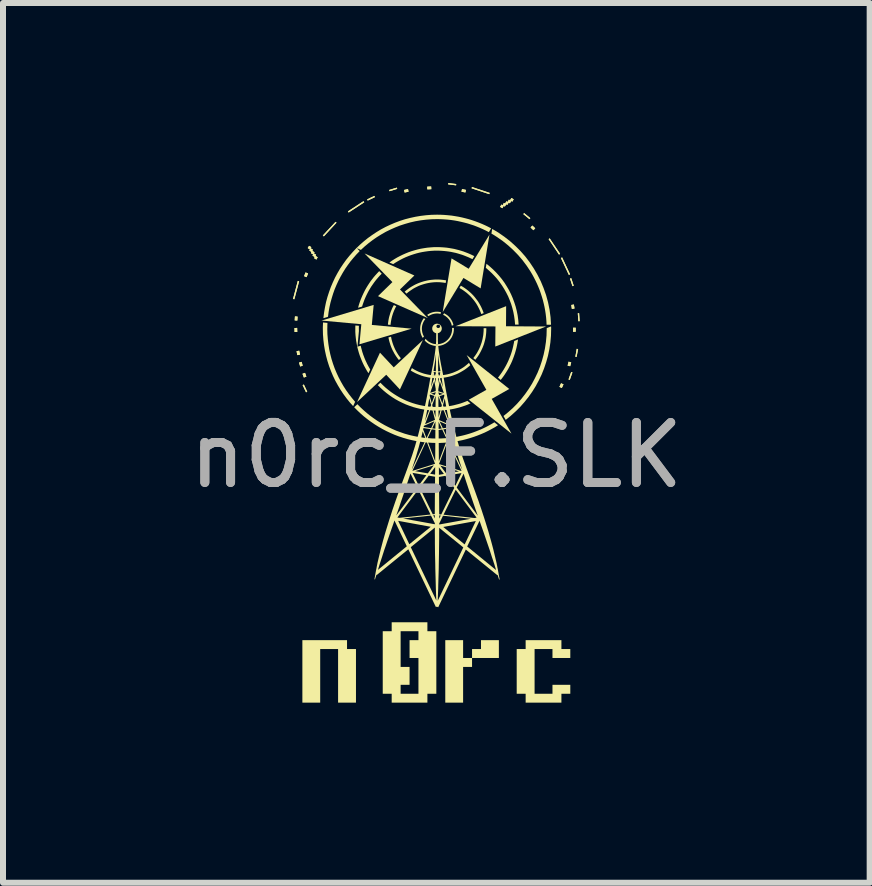
<source format=kicad_pcb>
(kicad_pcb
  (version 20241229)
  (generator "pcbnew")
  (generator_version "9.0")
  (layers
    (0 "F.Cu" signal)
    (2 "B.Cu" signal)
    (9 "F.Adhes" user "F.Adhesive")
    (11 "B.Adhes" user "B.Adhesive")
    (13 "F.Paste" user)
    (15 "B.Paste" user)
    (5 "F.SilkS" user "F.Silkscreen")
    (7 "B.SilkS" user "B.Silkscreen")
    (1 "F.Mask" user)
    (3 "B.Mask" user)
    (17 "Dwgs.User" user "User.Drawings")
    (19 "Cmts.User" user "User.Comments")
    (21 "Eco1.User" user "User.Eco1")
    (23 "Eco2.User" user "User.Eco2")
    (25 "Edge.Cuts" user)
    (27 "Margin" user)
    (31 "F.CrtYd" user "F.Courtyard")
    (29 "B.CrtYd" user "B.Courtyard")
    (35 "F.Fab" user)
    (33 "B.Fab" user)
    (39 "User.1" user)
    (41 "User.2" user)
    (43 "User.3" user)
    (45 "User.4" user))
  (footprint "n0rc_F.SLK"
    (layer "F.Cu")
    (at 4.22 3.534)
    (property "Reference" "n0rc_F.SLK" (at 0 1 0) (unlocked yes) (layer "F.Fab") (effects (font (size 1 1) (thickness 0.15))))
    (fp_poly (pts (xy -2.317 -1.053) (xy -2.362 -1.052) (xy -2.363 -1.119) (xy -2.319 -1.12)) (stroke (width 0) (type solid)) (fill yes) (layer "F.SilkS"))
    (fp_poly (pts (xy -2.317 -1.053) (xy -2.362 -1.052) (xy -2.363 -1.119) (xy -2.319 -1.12)) (stroke (width 0) (type solid)) (fill yes) (layer "F.SilkS"))
    (fp_poly (pts (xy -2.312 -1.309) (xy -2.316 -1.243) (xy -2.36 -1.246) (xy -2.356 -1.312)) (stroke (width 0) (type solid)) (fill yes) (layer "F.SilkS"))
    (fp_poly (pts (xy -2.312 -1.309) (xy -2.316 -1.243) (xy -2.36 -1.246) (xy -2.356 -1.312)) (stroke (width 0) (type solid)) (fill yes) (layer "F.SilkS"))
    (fp_poly (pts (xy -2.286 -1.898) (xy -2.366 -1.598) (xy -2.388 -1.603) (xy -2.308 -1.904)) (stroke (width 0) (type solid)) (fill yes) (layer "F.SilkS"))
    (fp_poly (pts (xy -2.286 -1.898) (xy -2.366 -1.598) (xy -2.388 -1.603) (xy -2.308 -1.904)) (stroke (width 0) (type solid)) (fill yes) (layer "F.SilkS"))
    (fp_poly (pts (xy -2.272 -0.675) (xy -2.316 -0.667) (xy -2.329 -0.732) (xy -2.285 -0.741)) (stroke (width 0) (type solid)) (fill yes) (layer "F.SilkS"))
    (fp_poly (pts (xy -2.272 -0.675) (xy -2.316 -0.667) (xy -2.329 -0.732) (xy -2.285 -0.741)) (stroke (width 0) (type solid)) (fill yes) (layer "F.SilkS"))
    (fp_poly (pts (xy -2.227 -0.49) (xy -2.269 -0.478) (xy -2.287 -0.543) (xy -2.244 -0.555)) (stroke (width 0) (type solid)) (fill yes) (layer "F.SilkS"))
    (fp_poly (pts (xy -2.227 -0.49) (xy -2.269 -0.478) (xy -2.287 -0.543) (xy -2.244 -0.555)) (stroke (width 0) (type solid)) (fill yes) (layer "F.SilkS"))
    (fp_poly (pts (xy -2.165 -0.309) (xy -2.207 -0.294) (xy -2.23 -0.356) (xy -2.188 -0.372)) (stroke (width 0) (type solid)) (fill yes) (layer "F.SilkS"))
    (fp_poly (pts (xy -2.165 -0.309) (xy -2.207 -0.294) (xy -2.23 -0.356) (xy -2.188 -0.372)) (stroke (width 0) (type solid)) (fill yes) (layer "F.SilkS"))
    (fp_poly (pts (xy -2.151 -0.057) (xy -2.171 -0.048) (xy -2.228 -0.168) (xy -2.207 -0.177)) (stroke (width 0) (type solid)) (fill yes) (layer "F.SilkS"))
    (fp_poly (pts (xy -2.151 -0.057) (xy -2.171 -0.048) (xy -2.228 -0.168) (xy -2.207 -0.177)) (stroke (width 0) (type solid)) (fill yes) (layer "F.SilkS"))
    (fp_poly (pts (xy -2.137 -2.028) (xy -2.162 -1.966) (xy -2.203 -1.983) (xy -2.179 -2.045)) (stroke (width 0) (type solid)) (fill yes) (layer "F.SilkS"))
    (fp_poly (pts (xy -2.137 -2.028) (xy -2.162 -1.966) (xy -2.203 -1.983) (xy -2.179 -2.045)) (stroke (width 0) (type solid)) (fill yes) (layer "F.SilkS"))
    (fp_poly (pts (xy -1.663 -2.874) (xy -1.874 -2.646) (xy -1.891 -2.661) (xy -1.679 -2.888)) (stroke (width 0) (type solid)) (fill yes) (layer "F.SilkS"))
    (fp_poly (pts (xy -1.663 -2.874) (xy -1.874 -2.646) (xy -1.891 -2.661) (xy -1.679 -2.888)) (stroke (width 0) (type solid)) (fill yes) (layer "F.SilkS"))
    (fp_poly (pts (xy -1.201 -3.214) (xy -1.461 -3.043) (xy -1.473 -3.062) (xy -1.214 -3.232)) (stroke (width 0) (type solid)) (fill yes) (layer "F.SilkS"))
    (fp_poly (pts (xy -1.201 -3.214) (xy -1.461 -3.043) (xy -1.473 -3.062) (xy -1.214 -3.232)) (stroke (width 0) (type solid)) (fill yes) (layer "F.SilkS"))
    (fp_poly (pts (xy -1.023 -3.3) (xy -1.143 -3.242) (xy -1.153 -3.262) (xy -1.033 -3.32)) (stroke (width 0) (type solid)) (fill yes) (layer "F.SilkS"))
    (fp_poly (pts (xy -1.023 -3.3) (xy -1.143 -3.242) (xy -1.153 -3.262) (xy -1.033 -3.32)) (stroke (width 0) (type solid)) (fill yes) (layer "F.SilkS"))
    (fp_poly (pts (xy -0.652 -3.437) (xy -0.78 -3.398) (xy -0.786 -3.419) (xy -0.659 -3.458)) (stroke (width 0) (type solid)) (fill yes) (layer "F.SilkS"))
    (fp_poly (pts (xy -0.652 -3.437) (xy -0.78 -3.398) (xy -0.786 -3.419) (xy -0.659 -3.458)) (stroke (width 0) (type solid)) (fill yes) (layer "F.SilkS"))
    (fp_poly (pts (xy -0.463 -3.39) (xy -0.528 -3.376) (xy -0.537 -3.419) (xy -0.472 -3.434)) (stroke (width 0) (type solid)) (fill yes) (layer "F.SilkS"))
    (fp_poly (pts (xy -0.463 -3.39) (xy -0.528 -3.376) (xy -0.537 -3.419) (xy -0.472 -3.434)) (stroke (width 0) (type solid)) (fill yes) (layer "F.SilkS"))
    (fp_poly (pts (xy -0.084 -3.432) (xy -0.15 -3.429) (xy -0.152 -3.474) (xy -0.086 -3.477)) (stroke (width 0) (type solid)) (fill yes) (layer "F.SilkS"))
    (fp_poly (pts (xy -0.084 -3.432) (xy -0.15 -3.429) (xy -0.152 -3.474) (xy -0.086 -3.477)) (stroke (width 0) (type solid)) (fill yes) (layer "F.SilkS"))
    (fp_poly (pts (xy 0.331 -3.518) (xy 0.329 -3.496) (xy 0.197 -3.512) (xy 0.199 -3.534)) (stroke (width 0) (type solid)) (fill yes) (layer "F.SilkS"))
    (fp_poly (pts (xy 0.331 -3.518) (xy 0.329 -3.496) (xy 0.197 -3.512) (xy 0.199 -3.534)) (stroke (width 0) (type solid)) (fill yes) (layer "F.SilkS"))
    (fp_poly (pts (xy 0.493 -3.42) (xy 0.484 -3.377) (xy 0.419 -3.39) (xy 0.428 -3.434)) (stroke (width 0) (type solid)) (fill yes) (layer "F.SilkS"))
    (fp_poly (pts (xy 0.493 -3.42) (xy 0.484 -3.377) (xy 0.419 -3.39) (xy 0.428 -3.434)) (stroke (width 0) (type solid)) (fill yes) (layer "F.SilkS"))
    (fp_poly (pts (xy 0.889 -3.37) (xy 0.882 -3.349) (xy 0.587 -3.447) (xy 0.594 -3.468)) (stroke (width 0) (type solid)) (fill yes) (layer "F.SilkS"))
    (fp_poly (pts (xy 0.889 -3.37) (xy 0.882 -3.349) (xy 0.587 -3.447) (xy 0.594 -3.468)) (stroke (width 0) (type solid)) (fill yes) (layer "F.SilkS"))
    (fp_poly (pts (xy 1.566 -2.949) (xy 1.552 -2.932) (xy 1.449 -3.017) (xy 1.463 -3.034)) (stroke (width 0) (type solid)) (fill yes) (layer "F.SilkS"))
    (fp_poly (pts (xy 1.566 -2.949) (xy 1.552 -2.932) (xy 1.449 -3.017) (xy 1.463 -3.034)) (stroke (width 0) (type solid)) (fill yes) (layer "F.SilkS"))
    (fp_poly (pts (xy 1.648 -2.78) (xy 1.617 -2.748) (xy 1.57 -2.794) (xy 1.6 -2.826)) (stroke (width 0) (type solid)) (fill yes) (layer "F.SilkS"))
    (fp_poly (pts (xy 1.648 -2.78) (xy 1.617 -2.748) (xy 1.57 -2.794) (xy 1.6 -2.826)) (stroke (width 0) (type solid)) (fill yes) (layer "F.SilkS"))
    (fp_poly (pts (xy 2.062 -2.355) (xy 2.044 -2.342) (xy 1.871 -2.6) (xy 1.889 -2.612)) (stroke (width 0) (type solid)) (fill yes) (layer "F.SilkS"))
    (fp_poly (pts (xy 2.062 -2.355) (xy 2.044 -2.342) (xy 1.871 -2.6) (xy 1.889 -2.612)) (stroke (width 0) (type solid)) (fill yes) (layer "F.SilkS"))
    (fp_poly (pts (xy 2.119 -0.18) (xy 2.091 -0.12) (xy 2.051 -0.138) (xy 2.078 -0.198)) (stroke (width 0) (type solid)) (fill yes) (layer "F.SilkS"))
    (fp_poly (pts (xy 2.119 -0.18) (xy 2.091 -0.12) (xy 2.051 -0.138) (xy 2.078 -0.198)) (stroke (width 0) (type solid)) (fill yes) (layer "F.SilkS"))
    (fp_poly (pts (xy 2.228 -2.013) (xy 2.208 -2.004) (xy 2.076 -2.285) (xy 2.096 -2.295)) (stroke (width 0) (type solid)) (fill yes) (layer "F.SilkS"))
    (fp_poly (pts (xy 2.228 -2.013) (xy 2.208 -2.004) (xy 2.076 -2.285) (xy 2.096 -2.295)) (stroke (width 0) (type solid)) (fill yes) (layer "F.SilkS"))
    (fp_poly (pts (xy 2.247 -0.546) (xy 2.23 -0.482) (xy 2.187 -0.493) (xy 2.204 -0.558)) (stroke (width 0) (type solid)) (fill yes) (layer "F.SilkS"))
    (fp_poly (pts (xy 2.247 -0.546) (xy 2.23 -0.482) (xy 2.187 -0.493) (xy 2.204 -0.558)) (stroke (width 0) (type solid)) (fill yes) (layer "F.SilkS"))
    (fp_poly (pts (xy 2.268 -0.379) (xy 2.223 -0.254) (xy 2.202 -0.262) (xy 2.247 -0.387)) (stroke (width 0) (type solid)) (fill yes) (layer "F.SilkS"))
    (fp_poly (pts (xy 2.268 -0.379) (xy 2.223 -0.254) (xy 2.202 -0.262) (xy 2.247 -0.387)) (stroke (width 0) (type solid)) (fill yes) (layer "F.SilkS"))
    (fp_poly (pts (xy 2.289 -1.823) (xy 2.268 -1.816) (xy 2.227 -1.942) (xy 2.248 -1.949)) (stroke (width 0) (type solid)) (fill yes) (layer "F.SilkS"))
    (fp_poly (pts (xy 2.289 -1.823) (xy 2.268 -1.816) (xy 2.227 -1.942) (xy 2.248 -1.949)) (stroke (width 0) (type solid)) (fill yes) (layer "F.SilkS"))
    (fp_poly (pts (xy 2.302 -1.444) (xy 2.258 -1.437) (xy 2.249 -1.503) (xy 2.292 -1.51)) (stroke (width 0) (type solid)) (fill yes) (layer "F.SilkS"))
    (fp_poly (pts (xy 2.302 -1.444) (xy 2.258 -1.437) (xy 2.249 -1.503) (xy 2.292 -1.51)) (stroke (width 0) (type solid)) (fill yes) (layer "F.SilkS"))
    (fp_poly (pts (xy 2.322 -1.123) (xy 2.322 -1.057) (xy 2.277 -1.057) (xy 2.278 -1.124)) (stroke (width 0) (type solid)) (fill yes) (layer "F.SilkS"))
    (fp_poly (pts (xy 2.322 -1.123) (xy 2.322 -1.057) (xy 2.277 -1.057) (xy 2.278 -1.124)) (stroke (width 0) (type solid)) (fill yes) (layer "F.SilkS"))
    (fp_poly (pts (xy 2.362 -0.768) (xy 2.337 -0.637) (xy 2.316 -0.64) (xy 2.339 -0.772)) (stroke (width 0) (type solid)) (fill yes) (layer "F.SilkS"))
    (fp_poly (pts (xy 2.362 -0.768) (xy 2.337 -0.637) (xy 2.316 -0.64) (xy 2.339 -0.772)) (stroke (width 0) (type solid)) (fill yes) (layer "F.SilkS"))
    (fp_poly (pts (xy 2.388 -1.233) (xy 2.366 -1.232) (xy 2.357 -1.364) (xy 2.379 -1.366)) (stroke (width 0) (type solid)) (fill yes) (layer "F.SilkS"))
    (fp_poly (pts (xy 2.388 -1.233) (xy 2.366 -1.232) (xy 2.357 -1.364) (xy 2.379 -1.366)) (stroke (width 0) (type solid)) (fill yes) (layer "F.SilkS"))
    (fp_poly (pts (xy -1.075 -1.17) (xy -0.411 -1.108) (xy -1.281 -0.848) (xy -1.25 -1.182) (xy -1.913 -1.243) (xy -1.044 -1.504)) (stroke (width 0) (type solid)) (fill yes) (layer "F.SilkS"))
    (fp_poly (pts (xy -0.607 -0.095) (xy -0.835 -0.34) (xy -1.321 0.115) (xy -0.939 -0.708) (xy -0.71 -0.463) (xy -0.224 -0.918)) (stroke (width 0) (type solid)) (fill yes) (layer "F.SilkS"))
    (fp_poly (pts (xy -0.366 -1.994) (xy -0.606 -1.761) (xy -0.142 -1.284) (xy -0.972 -1.65) (xy -0.732 -1.884) (xy -1.196 -2.361)) (stroke (width 0) (type solid)) (fill yes) (layer "F.SilkS"))
    (fp_poly (pts (xy 0.738 -1.779) (xy 0.452 -1.953) (xy 0.106 -1.384) (xy 0.253 -2.279) (xy 0.539 -2.106) (xy 0.885 -2.675)) (stroke (width 0) (type solid)) (fill yes) (layer "F.SilkS"))
    (fp_poly (pts (xy 1.042 4.379) (xy 0.595 4.379) (xy 0.595 4.23) (xy 0.744 4.23) (xy 0.744 4.082) (xy 1.042 4.082)) (stroke (width 0) (type solid)) (fill yes) (layer "F.SilkS"))
    (fp_poly (pts (xy 1.161 -1.148) (xy 1.827 -1.144) (xy 0.982 -0.81) (xy 0.985 -1.145) (xy 0.319 -1.149) (xy 1.163 -1.483)) (stroke (width 0) (type solid)) (fill yes) (layer "F.SilkS"))
    (fp_poly (pts (xy 1.215 -0.103) (xy 0.923 0.062) (xy 1.252 0.641) (xy 0.541 0.076) (xy 0.833 -0.089) (xy 0.505 -0.668)) (stroke (width 0) (type solid)) (fill yes) (layer "F.SilkS"))
    (fp_poly (pts (xy 0.446 4.379) (xy 0.595 4.379) (xy 0.595 4.528) (xy 0.446 4.528) (xy 0.446 5.123) (xy 0.149 5.123) (xy 0.149 4.082) (xy 0.446 4.082)) (stroke (width 0) (type solid)) (fill yes) (layer "F.SilkS"))
    (fp_poly (pts (xy -1.488 4.23) (xy -1.339 4.23) (xy -1.339 5.123) (xy -1.637 5.123) (xy -1.637 4.23) (xy -1.935 4.23) (xy -1.935 5.123) (xy -2.232 5.123) (xy -2.232 4.082) (xy -1.488 4.082)) (stroke (width 0) (type solid)) (fill yes) (layer "F.SilkS"))
    (fp_poly (pts (xy -2.082 -2.465) (xy -2.094 -2.447) (xy -2.056 -2.424) (xy -2.067 -2.404) (xy -2.029 -2.381) (xy -2.04 -2.362) (xy -2.003 -2.339) (xy -2.014 -2.321) (xy -1.977 -2.297) (xy -1.999 -2.259) (xy -2.037 -2.283) (xy -2.026 -2.301) (xy -2.064 -2.325) (xy -2.052 -2.344) (xy -2.09 -2.367) (xy -2.079 -2.386) (xy -2.117 -2.409) (xy -2.105 -2.427) (xy -2.143 -2.451) (xy -2.12 -2.488)) (stroke (width 0) (type solid)) (fill yes) (layer "F.SilkS"))
    (fp_poly (pts (xy -2.082 -2.465) (xy -2.094 -2.447) (xy -2.056 -2.424) (xy -2.067 -2.404) (xy -2.029 -2.381) (xy -2.04 -2.362) (xy -2.003 -2.339) (xy -2.014 -2.321) (xy -1.977 -2.297) (xy -1.999 -2.259) (xy -2.037 -2.283) (xy -2.026 -2.301) (xy -2.064 -2.325) (xy -2.052 -2.344) (xy -2.09 -2.367) (xy -2.079 -2.386) (xy -2.117 -2.409) (xy -2.105 -2.427) (xy -2.143 -2.451) (xy -2.12 -2.488)) (stroke (width 0) (type solid)) (fill yes) (layer "F.SilkS"))
    (fp_poly (pts (xy 1.289 -3.263) (xy 1.266 -3.224) (xy 1.247 -3.235) (xy 1.225 -3.197) (xy 1.205 -3.208) (xy 1.183 -3.17) (xy 1.164 -3.181) (xy 1.142 -3.142) (xy 1.122 -3.154) (xy 1.101 -3.115) (xy 1.062 -3.137) (xy 1.084 -3.176) (xy 1.104 -3.164) (xy 1.126 -3.203) (xy 1.145 -3.192) (xy 1.168 -3.231) (xy 1.187 -3.219) (xy 1.209 -3.258) (xy 1.228 -3.247) (xy 1.25 -3.285)) (stroke (width 0) (type solid)) (fill yes) (layer "F.SilkS"))
    (fp_poly (pts (xy 1.289 -3.263) (xy 1.266 -3.224) (xy 1.247 -3.235) (xy 1.225 -3.197) (xy 1.205 -3.208) (xy 1.183 -3.17) (xy 1.164 -3.181) (xy 1.142 -3.142) (xy 1.122 -3.154) (xy 1.101 -3.115) (xy 1.062 -3.137) (xy 1.084 -3.176) (xy 1.104 -3.164) (xy 1.126 -3.203) (xy 1.145 -3.192) (xy 1.168 -3.231) (xy 1.187 -3.219) (xy 1.209 -3.258) (xy 1.228 -3.247) (xy 1.25 -3.285)) (stroke (width 0) (type solid)) (fill yes) (layer "F.SilkS"))
    (fp_poly (pts (xy 2.084 4.23) (xy 2.232 4.23) (xy 2.232 4.379) (xy 1.935 4.379) (xy 1.935 4.23) (xy 1.637 4.23) (xy 1.637 4.975) (xy 1.935 4.975) (xy 1.935 4.826) (xy 2.232 4.826) (xy 2.232 4.975) (xy 2.084 4.975) (xy 2.084 5.123) (xy 1.488 5.123) (xy 1.488 4.975) (xy 1.339 4.975) (xy 1.339 4.23) (xy 1.488 4.23) (xy 1.488 4.082) (xy 2.084 4.082)) (stroke (width 0) (type solid)) (fill yes) (layer "F.SilkS"))
    (fp_poly (pts (xy -0.149 3.933) (xy 0 3.933) (xy 0 4.975) (xy -0.149 4.975) (xy -0.149 5.123) (xy -0.744 5.123) (xy -0.744 4.975) (xy -0.893 4.975) (xy -0.893 3.933) (xy -0.744 3.933) (xy -0.595 3.933) (xy -0.595 4.528) (xy -0.446 4.528) (xy -0.446 4.826) (xy -0.595 4.826) (xy -0.595 4.975) (xy -0.298 4.975) (xy -0.298 4.379) (xy -0.446 4.379) (xy -0.446 4.082) (xy -0.298 4.082) (xy -0.298 3.933) (xy -0.595 3.933) (xy -0.744 3.933) (xy -0.744 3.784) (xy -0.149 3.784)) (stroke (width 0) (type solid)) (fill yes) (layer "F.SilkS"))
    (fp_poly (pts (xy -0.91 -2.024) (xy -0.938 -1.996) (xy -0.965 -1.966) (xy -0.991 -1.936) (xy -1.016 -1.905) (xy -1.04 -1.873) (xy -1.063 -1.84) (xy -1.086 -1.807) (xy -1.107 -1.772) (xy -1.127 -1.738) (xy -1.146 -1.702) (xy -1.164 -1.666) (xy -1.181 -1.629) (xy -1.197 -1.592) (xy -1.211 -1.554) (xy -1.225 -1.515) (xy -1.237 -1.476) (xy -1.304 -1.456) (xy -1.292 -1.5) (xy -1.278 -1.543) (xy -1.263 -1.585) (xy -1.246 -1.627) (xy -1.228 -1.668) (xy -1.209 -1.708) (xy -1.189 -1.748) (xy -1.167 -1.787) (xy -1.144 -1.825) (xy -1.12 -1.862) (xy -1.095 -1.899) (xy -1.068 -1.934) (xy -1.041 -1.969) (xy -1.012 -2.002) (xy -0.982 -2.035) (xy -0.952 -2.067)) (stroke (width 0) (type solid)) (fill yes) (layer "F.SilkS"))
    (fp_poly (pts (xy -0.75 -0.95) (xy -0.745 -0.925) (xy -0.738 -0.901) (xy -0.731 -0.876) (xy -0.723 -0.852) (xy -0.715 -0.829) (xy -0.705 -0.805) (xy -0.695 -0.782) (xy -0.685 -0.76) (xy -0.673 -0.738) (xy -0.661 -0.716) (xy -0.648 -0.695) (xy -0.635 -0.674) (xy -0.621 -0.654) (xy -0.606 -0.634) (xy -0.591 -0.615) (xy -0.623 -0.585) (xy -0.64 -0.605) (xy -0.655 -0.626) (xy -0.67 -0.647) (xy -0.684 -0.669) (xy -0.698 -0.691) (xy -0.71 -0.714) (xy -0.723 -0.737) (xy -0.734 -0.76) (xy -0.745 -0.784) (xy -0.755 -0.809) (xy -0.764 -0.833) (xy -0.772 -0.859) (xy -0.78 -0.884) (xy -0.787 -0.91) (xy -0.793 -0.936) (xy -0.798 -0.962) (xy -0.755 -0.975)) (stroke (width 0) (type solid)) (fill yes) (layer "F.SilkS"))
    (fp_poly (pts (xy -0.667 -1.483) (xy -0.677 -1.466) (xy -0.686 -1.448) (xy -0.695 -1.429) (xy -0.703 -1.411) (xy -0.711 -1.392) (xy -0.718 -1.373) (xy -0.725 -1.354) (xy -0.731 -1.334) (xy -0.737 -1.315) (xy -0.742 -1.295) (xy -0.747 -1.275) (xy -0.751 -1.254) (xy -0.755 -1.234) (xy -0.758 -1.213) (xy -0.761 -1.192) (xy -0.763 -1.171) (xy -0.807 -1.175) (xy -0.805 -1.197) (xy -0.802 -1.219) (xy -0.799 -1.24) (xy -0.795 -1.262) (xy -0.791 -1.283) (xy -0.786 -1.304) (xy -0.78 -1.325) (xy -0.774 -1.345) (xy -0.768 -1.366) (xy -0.761 -1.386) (xy -0.753 -1.406) (xy -0.745 -1.425) (xy -0.737 -1.445) (xy -0.728 -1.464) (xy -0.718 -1.483) (xy -0.708 -1.501)) (stroke (width 0) (type solid)) (fill yes) (layer "F.SilkS"))
    (fp_poly (pts (xy 0.143 -1.357) (xy 0.157 -1.349) (xy 0.171 -1.34) (xy 0.184 -1.331) (xy 0.196 -1.32) (xy 0.208 -1.309) (xy 0.219 -1.297) (xy 0.229 -1.285) (xy 0.239 -1.272) (xy 0.248 -1.259) (xy 0.256 -1.245) (xy 0.264 -1.23) (xy 0.271 -1.215) (xy 0.276 -1.2) (xy 0.281 -1.184) (xy 0.285 -1.168) (xy 0.258 -1.157) (xy 0.254 -1.172) (xy 0.25 -1.187) (xy 0.245 -1.201) (xy 0.238 -1.215) (xy 0.232 -1.228) (xy 0.224 -1.242) (xy 0.216 -1.254) (xy 0.207 -1.266) (xy 0.197 -1.277) (xy 0.187 -1.288) (xy 0.176 -1.298) (xy 0.164 -1.308) (xy 0.152 -1.317) (xy 0.14 -1.325) (xy 0.127 -1.332) (xy 0.113 -1.339) (xy 0.129 -1.365)) (stroke (width 0) (type solid)) (fill yes) (layer "F.SilkS"))
    (fp_poly (pts (xy 0.441 -1.805) (xy 0.473 -1.784) (xy 0.504 -1.762) (xy 0.533 -1.739) (xy 0.562 -1.714) (xy 0.59 -1.688) (xy 0.616 -1.661) (xy 0.641 -1.632) (xy 0.664 -1.602) (xy 0.687 -1.572) (xy 0.708 -1.54) (xy 0.727 -1.507) (xy 0.745 -1.474) (xy 0.761 -1.439) (xy 0.776 -1.404) (xy 0.789 -1.367) (xy 0.749 -1.351) (xy 0.736 -1.386) (xy 0.722 -1.419) (xy 0.706 -1.452) (xy 0.689 -1.485) (xy 0.671 -1.516) (xy 0.651 -1.546) (xy 0.63 -1.575) (xy 0.607 -1.603) (xy 0.583 -1.631) (xy 0.558 -1.657) (xy 0.532 -1.681) (xy 0.505 -1.705) (xy 0.476 -1.727) (xy 0.447 -1.748) (xy 0.416 -1.768) (xy 0.385 -1.786) (xy 0.408 -1.824)) (stroke (width 0) (type solid)) (fill yes) (layer "F.SilkS"))
    (fp_poly (pts (xy 0.892 -2.143) (xy 0.946 -2.094) (xy 0.997 -2.043) (xy 1.046 -1.989) (xy 1.092 -1.933) (xy 1.135 -1.874) (xy 1.174 -1.812) (xy 1.211 -1.749) (xy 1.244 -1.683) (xy 1.273 -1.616) (xy 1.299 -1.546) (xy 1.322 -1.475) (xy 1.34 -1.403) (xy 1.355 -1.328) (xy 1.365 -1.253) (xy 1.371 -1.176) (xy 1.312 -1.176) (xy 1.306 -1.247) (xy 1.296 -1.317) (xy 1.283 -1.386) (xy 1.266 -1.454) (xy 1.246 -1.52) (xy 1.222 -1.584) (xy 1.196 -1.647) (xy 1.165 -1.708) (xy 1.132 -1.767) (xy 1.096 -1.824) (xy 1.057 -1.88) (xy 1.016 -1.933) (xy 0.971 -1.984) (xy 0.925 -2.032) (xy 0.875 -2.078) (xy 0.824 -2.122) (xy 0.835 -2.189)) (stroke (width 0) (type solid)) (fill yes) (layer "F.SilkS"))
    (fp_poly (pts (xy 1.354 -0.881) (xy 1.345 -0.834) (xy 1.335 -0.788) (xy 1.323 -0.743) (xy 1.31 -0.698) (xy 1.295 -0.654) (xy 1.279 -0.61) (xy 1.262 -0.567) (xy 1.243 -0.525) (xy 1.222 -0.484) (xy 1.201 -0.443) (xy 1.178 -0.404) (xy 1.153 -0.365) (xy 1.128 -0.327) (xy 1.101 -0.29) (xy 1.073 -0.254) (xy 1.027 -0.291) (xy 1.052 -0.324) (xy 1.077 -0.358) (xy 1.1 -0.392) (xy 1.123 -0.428) (xy 1.144 -0.464) (xy 1.164 -0.5) (xy 1.183 -0.538) (xy 1.201 -0.576) (xy 1.217 -0.615) (xy 1.233 -0.654) (xy 1.247 -0.694) (xy 1.26 -0.735) (xy 1.271 -0.776) (xy 1.281 -0.818) (xy 1.29 -0.86) (xy 1.298 -0.903) (xy 1.361 -0.928)) (stroke (width 0) (type solid)) (fill yes) (layer "F.SilkS"))
    (fp_poly (pts (xy 1.912 -1.136) (xy 1.913 -1.126) (xy 1.913 -1.115) (xy 1.913 -1.11) (xy 1.913 -1.105) (xy 1.91 -0.99) (xy 1.9 -0.877) (xy 1.883 -0.765) (xy 1.86 -0.656) (xy 1.83 -0.549) (xy 1.795 -0.445) (xy 1.754 -0.343) (xy 1.707 -0.245) (xy 1.655 -0.149) (xy 1.598 -0.058) (xy 1.535 0.031) (xy 1.468 0.115) (xy 1.397 0.196) (xy 1.32 0.272) (xy 1.24 0.344) (xy 1.156 0.412) (xy 1.119 0.347) (xy 1.199 0.282) (xy 1.276 0.213) (xy 1.348 0.14) (xy 1.416 0.063) (xy 1.48 -0.019) (xy 1.539 -0.103) (xy 1.594 -0.191) (xy 1.643 -0.283) (xy 1.688 -0.377) (xy 1.727 -0.474) (xy 1.76 -0.574) (xy 1.788 -0.676) (xy 1.81 -0.78) (xy 1.826 -0.887) (xy 1.836 -0.995) (xy 1.839 -1.105) (xy 1.839 -1.117) (xy 1.912 -1.146)) (stroke (width 0) (type solid)) (fill yes) (layer "F.SilkS"))
    (fp_poly (pts (xy -1.814 -1.204) (xy -1.815 -1.179) (xy -1.816 -1.155) (xy -1.816 -1.13) (xy -1.817 -1.105) (xy -1.815 -1.018) (xy -1.808 -0.932) (xy -1.798 -0.848) (xy -1.785 -0.764) (xy -1.767 -0.682) (xy -1.746 -0.601) (xy -1.721 -0.522) (xy -1.693 -0.444) (xy -1.661 -0.368) (xy -1.626 -0.293) (xy -1.588 -0.221) (xy -1.547 -0.15) (xy -1.503 -0.082) (xy -1.455 -0.015) (xy -1.405 0.049) (xy -1.353 0.111) (xy -1.386 0.183) (xy -1.444 0.118) (xy -1.498 0.051) (xy -1.549 -0.019) (xy -1.597 -0.091) (xy -1.642 -0.166) (xy -1.684 -0.242) (xy -1.722 -0.321) (xy -1.756 -0.402) (xy -1.787 -0.484) (xy -1.814 -0.569) (xy -1.837 -0.655) (xy -1.856 -0.742) (xy -1.871 -0.831) (xy -1.882 -0.921) (xy -1.889 -1.013) (xy -1.891 -1.105) (xy -1.891 -1.132) (xy -1.89 -1.158) (xy -1.889 -1.184) (xy -1.888 -1.211)) (stroke (width 0) (type solid)) (fill yes) (layer "F.SilkS"))
    (fp_poly (pts (xy 1.035 -2.708) (xy 1.134 -2.639) (xy 1.229 -2.565) (xy 1.319 -2.484) (xy 1.404 -2.399) (xy 1.484 -2.308) (xy 1.557 -2.212) (xy 1.624 -2.111) (xy 1.685 -2.006) (xy 1.74 -1.897) (xy 1.787 -1.784) (xy 1.828 -1.668) (xy 1.861 -1.548) (xy 1.886 -1.426) (xy 1.903 -1.3) (xy 1.911 -1.173) (xy 1.837 -1.173) (xy 1.834 -1.234) (xy 1.829 -1.294) (xy 1.822 -1.353) (xy 1.813 -1.412) (xy 1.802 -1.471) (xy 1.789 -1.528) (xy 1.775 -1.585) (xy 1.758 -1.642) (xy 1.74 -1.697) (xy 1.721 -1.752) (xy 1.699 -1.806) (xy 1.676 -1.859) (xy 1.651 -1.911) (xy 1.625 -1.962) (xy 1.597 -2.013) (xy 1.568 -2.062) (xy 1.505 -2.157) (xy 1.436 -2.249) (xy 1.362 -2.335) (xy 1.282 -2.417) (xy 1.198 -2.494) (xy 1.109 -2.566) (xy 1.015 -2.632) (xy 0.967 -2.663) (xy 0.918 -2.692) (xy 0.93 -2.77)) (stroke (width 0) (type solid)) (fill yes) (layer "F.SilkS"))
    (fp_poly (pts (xy 0.832 -1.116) (xy 0.832 -1.116) (xy 0.832 -1.115) (xy 0.832 -1.114) (xy 0.833 -1.112) (xy 0.833 -1.111) (xy 0.833 -1.11) (xy 0.833 -1.108) (xy 0.833 -1.107) (xy 0.833 -1.106) (xy 0.833 -1.105) (xy 0.832 -1.069) (xy 0.83 -1.033) (xy 0.826 -0.997) (xy 0.821 -0.962) (xy 0.814 -0.928) (xy 0.805 -0.894) (xy 0.796 -0.86) (xy 0.785 -0.828) (xy 0.772 -0.795) (xy 0.758 -0.764) (xy 0.743 -0.733) (xy 0.727 -0.703) (xy 0.71 -0.673) (xy 0.691 -0.645) (xy 0.671 -0.617) (xy 0.65 -0.59) (xy 0.616 -0.618) (xy 0.635 -0.643) (xy 0.654 -0.669) (xy 0.672 -0.696) (xy 0.688 -0.724) (xy 0.704 -0.753) (xy 0.718 -0.782) (xy 0.731 -0.812) (xy 0.742 -0.842) (xy 0.753 -0.873) (xy 0.762 -0.905) (xy 0.77 -0.937) (xy 0.776 -0.97) (xy 0.782 -1.003) (xy 0.785 -1.037) (xy 0.788 -1.071) (xy 0.788 -1.105) (xy 0.788 -1.116)) (stroke (width 0) (type solid)) (fill yes) (layer "F.SilkS"))
    (fp_poly (pts (xy -1.29 -1.156) (xy -1.291 -1.131) (xy -1.291 -1.118) (xy -1.291 -1.105) (xy -1.291 -1.101) (xy -1.291 -1.096) (xy -1.291 -1.086) (xy -1.29 -1.077) (xy -1.29 -1.068) (xy -1.314 -0.808) (xy -1.26 -0.824) (xy -1.254 -0.797) (xy -1.247 -0.771) (xy -1.24 -0.745) (xy -1.233 -0.719) (xy -1.224 -0.693) (xy -1.216 -0.668) (xy -1.206 -0.643) (xy -1.197 -0.618) (xy -1.186 -0.593) (xy -1.176 -0.569) (xy -1.164 -0.545) (xy -1.153 -0.521) (xy -1.14 -0.497) (xy -1.128 -0.474) (xy -1.115 -0.451) (xy -1.101 -0.428) (xy -1.131 -0.365) (xy -1.156 -0.405) (xy -1.18 -0.447) (xy -1.203 -0.489) (xy -1.224 -0.532) (xy -1.243 -0.576) (xy -1.261 -0.621) (xy -1.278 -0.666) (xy -1.293 -0.713) (xy -1.306 -0.76) (xy -1.318 -0.807) (xy -1.327 -0.856) (xy -1.336 -0.904) (xy -1.342 -0.954) (xy -1.347 -1.004) (xy -1.35 -1.054) (xy -1.35 -1.105) (xy -1.35 -1.119) (xy -1.35 -1.133) (xy -1.349 -1.161)) (stroke (width 0) (type solid)) (fill yes) (layer "F.SilkS"))
    (fp_poly (pts (xy 0.019 -1.39) (xy 0.027 -1.39) (xy 0.036 -1.389) (xy 0.044 -1.388) (xy 0.052 -1.387) (xy 0.06 -1.386) (xy 0.068 -1.385) (xy 0.076 -1.383) (xy 0.071 -1.354) (xy 0.064 -1.355) (xy 0.056 -1.357) (xy 0.049 -1.358) (xy 0.042 -1.359) (xy 0.034 -1.36) (xy 0.026 -1.361) (xy 0.019 -1.361) (xy 0.011 -1.361) (xy 0.001 -1.361) (xy -0.009 -1.36) (xy -0.018 -1.359) (xy -0.028 -1.358) (xy -0.037 -1.356) (xy -0.046 -1.354) (xy -0.056 -1.352) (xy -0.065 -1.349) (xy -0.074 -1.346) (xy -0.082 -1.343) (xy -0.091 -1.339) (xy -0.099 -1.335) (xy -0.108 -1.331) (xy -0.116 -1.326) (xy -0.124 -1.321) (xy -0.131 -1.316) (xy -0.152 -1.337) (xy -0.144 -1.343) (xy -0.135 -1.349) (xy -0.125 -1.354) (xy -0.116 -1.36) (xy -0.106 -1.364) (xy -0.096 -1.369) (xy -0.086 -1.373) (xy -0.076 -1.376) (xy -0.066 -1.38) (xy -0.055 -1.382) (xy -0.045 -1.385) (xy -0.034 -1.387) (xy -0.023 -1.388) (xy -0.012 -1.39) (xy -0.001 -1.39) (xy 0.011 -1.39)) (stroke (width 0) (type solid)) (fill yes) (layer "F.SilkS"))
    (fp_poly (pts (xy 0.031 -1.926) (xy 0.05 -1.926) (xy 0.069 -1.925) (xy 0.088 -1.923) (xy 0.107 -1.921) (xy 0.126 -1.919) (xy 0.144 -1.916) (xy 0.163 -1.913) (xy 0.155 -1.869) (xy 0.138 -1.872) (xy 0.12 -1.875) (xy 0.102 -1.877) (xy 0.084 -1.879) (xy 0.066 -1.881) (xy 0.048 -1.882) (xy 0.03 -1.882) (xy 0.011 -1.883) (xy -0.025 -1.882) (xy -0.061 -1.879) (xy -0.096 -1.875) (xy -0.131 -1.869) (xy -0.165 -1.862) (xy -0.199 -1.853) (xy -0.232 -1.843) (xy -0.265 -1.832) (xy -0.297 -1.819) (xy -0.328 -1.804) (xy -0.358 -1.789) (xy -0.388 -1.772) (xy -0.416 -1.753) (xy -0.444 -1.734) (xy -0.471 -1.714) (xy -0.497 -1.692) (xy -0.528 -1.724) (xy -0.501 -1.747) (xy -0.472 -1.769) (xy -0.443 -1.79) (xy -0.412 -1.809) (xy -0.381 -1.827) (xy -0.349 -1.844) (xy -0.316 -1.859) (xy -0.282 -1.873) (xy -0.247 -1.885) (xy -0.212 -1.896) (xy -0.176 -1.905) (xy -0.14 -1.913) (xy -0.103 -1.919) (xy -0.065 -1.923) (xy -0.027 -1.926) (xy 0.011 -1.927)) (stroke (width 0) (type solid)) (fill yes) (layer "F.SilkS"))
    (fp_poly (pts (xy -0.182 -1.27) (xy -0.189 -1.261) (xy -0.195 -1.252) (xy -0.201 -1.243) (xy -0.207 -1.234) (xy -0.212 -1.224) (xy -0.217 -1.214) (xy -0.221 -1.204) (xy -0.225 -1.194) (xy -0.229 -1.184) (xy -0.232 -1.173) (xy -0.235 -1.162) (xy -0.237 -1.151) (xy -0.239 -1.14) (xy -0.24 -1.128) (xy -0.241 -1.117) (xy -0.241 -1.105) (xy -0.241 -1.096) (xy -0.24 -1.088) (xy -0.239 -1.079) (xy -0.238 -1.07) (xy -0.237 -1.062) (xy -0.235 -1.054) (xy -0.234 -1.045) (xy -0.231 -1.037) (xy -0.229 -1.029) (xy -0.226 -1.021) (xy -0.224 -1.013) (xy -0.22 -1.005) (xy -0.217 -0.997) (xy -0.213 -0.99) (xy -0.21 -0.983) (xy -0.205 -0.975) (xy -0.228 -0.955) (xy -0.232 -0.963) (xy -0.237 -0.971) (xy -0.241 -0.98) (xy -0.246 -0.989) (xy -0.249 -0.998) (xy -0.253 -1.007) (xy -0.256 -1.016) (xy -0.259 -1.026) (xy -0.262 -1.035) (xy -0.264 -1.045) (xy -0.266 -1.055) (xy -0.267 -1.064) (xy -0.269 -1.075) (xy -0.27 -1.085) (xy -0.27 -1.095) (xy -0.27 -1.105) (xy -0.27 -1.118) (xy -0.269 -1.13) (xy -0.268 -1.142) (xy -0.266 -1.154) (xy -0.264 -1.166) (xy -0.261 -1.177) (xy -0.258 -1.189) (xy -0.254 -1.2) (xy -0.25 -1.211) (xy -0.245 -1.222) (xy -0.24 -1.233) (xy -0.235 -1.243) (xy -0.229 -1.253) (xy -0.223 -1.263) (xy -0.217 -1.272) (xy -0.21 -1.282)) (stroke (width 0) (type solid)) (fill yes) (layer "F.SilkS"))
    (fp_poly (pts (xy 0.053 -2.466) (xy 0.095 -2.464) (xy 0.136 -2.461) (xy 0.177 -2.457) (xy 0.217 -2.451) (xy 0.257 -2.444) (xy 0.297 -2.437) (xy 0.336 -2.427) (xy 0.375 -2.417) (xy 0.413 -2.406) (xy 0.451 -2.394) (xy 0.488 -2.38) (xy 0.525 -2.366) (xy 0.562 -2.35) (xy 0.597 -2.334) (xy 0.633 -2.316) (xy 0.602 -2.266) (xy 0.568 -2.282) (xy 0.534 -2.298) (xy 0.499 -2.312) (xy 0.464 -2.326) (xy 0.429 -2.339) (xy 0.393 -2.35) (xy 0.357 -2.361) (xy 0.32 -2.371) (xy 0.282 -2.379) (xy 0.245 -2.387) (xy 0.207 -2.393) (xy 0.168 -2.398) (xy 0.13 -2.402) (xy 0.09 -2.405) (xy 0.051 -2.407) (xy 0.011 -2.408) (xy -0.039 -2.407) (xy -0.089 -2.404) (xy -0.139 -2.399) (xy -0.188 -2.392) (xy -0.236 -2.384) (xy -0.284 -2.374) (xy -0.331 -2.362) (xy -0.377 -2.348) (xy -0.423 -2.333) (xy -0.468 -2.316) (xy -0.512 -2.298) (xy -0.555 -2.278) (xy -0.598 -2.256) (xy -0.639 -2.233) (xy -0.68 -2.209) (xy -0.719 -2.183) (xy -0.782 -2.21) (xy -0.74 -2.24) (xy -0.696 -2.268) (xy -0.652 -2.294) (xy -0.606 -2.318) (xy -0.559 -2.341) (xy -0.511 -2.362) (xy -0.462 -2.382) (xy -0.413 -2.399) (xy -0.362 -2.414) (xy -0.311 -2.428) (xy -0.259 -2.44) (xy -0.206 -2.449) (xy -0.153 -2.457) (xy -0.099 -2.462) (xy -0.044 -2.466) (xy 0.011 -2.467)) (stroke (width 0) (type solid)) (fill yes) (layer "F.SilkS"))
    (fp_poly (pts (xy 0.073 -3.006) (xy 0.133 -3.003) (xy 0.193 -2.998) (xy 0.253 -2.992) (xy 0.311 -2.983) (xy 0.37 -2.973) (xy 0.427 -2.961) (xy 0.484 -2.947) (xy 0.541 -2.932) (xy 0.596 -2.915) (xy 0.651 -2.896) (xy 0.705 -2.876) (xy 0.759 -2.854) (xy 0.811 -2.831) (xy 0.863 -2.806) (xy 0.914 -2.779) (xy 0.875 -2.716) (xy 0.827 -2.741) (xy 0.777 -2.765) (xy 0.727 -2.787) (xy 0.676 -2.808) (xy 0.624 -2.828) (xy 0.571 -2.845) (xy 0.518 -2.862) (xy 0.464 -2.876) (xy 0.409 -2.889) (xy 0.354 -2.901) (xy 0.298 -2.911) (xy 0.242 -2.919) (xy 0.185 -2.925) (xy 0.128 -2.929) (xy 0.07 -2.932) (xy 0.012 -2.933) (xy -0.08 -2.931) (xy -0.171 -2.924) (xy -0.26 -2.913) (xy -0.348 -2.898) (xy -0.435 -2.878) (xy -0.519 -2.854) (xy -0.603 -2.827) (xy -0.684 -2.795) (xy -0.763 -2.76) (xy -0.841 -2.722) (xy -0.916 -2.679) (xy -0.989 -2.634) (xy -1.06 -2.585) (xy -1.128 -2.533) (xy -1.194 -2.478) (xy -1.257 -2.42) (xy -1.324 -2.449) (xy -1.277 -2.401) (xy -1.33 -2.346) (xy -1.38 -2.289) (xy -1.429 -2.23) (xy -1.474 -2.169) (xy -1.518 -2.106) (xy -1.558 -2.041) (xy -1.596 -1.974) (xy -1.632 -1.905) (xy -1.664 -1.835) (xy -1.694 -1.764) (xy -1.72 -1.691) (xy -1.743 -1.616) (xy -1.764 -1.541) (xy -1.781 -1.464) (xy -1.795 -1.385) (xy -1.805 -1.306) (xy -1.882 -1.283) (xy -1.871 -1.373) (xy -1.856 -1.461) (xy -1.838 -1.549) (xy -1.815 -1.634) (xy -1.788 -1.718) (xy -1.758 -1.801) (xy -1.724 -1.881) (xy -1.687 -1.96) (xy -1.646 -2.036) (xy -1.602 -2.111) (xy -1.554 -2.183) (xy -1.504 -2.253) (xy -1.45 -2.32) (xy -1.393 -2.385) (xy -1.334 -2.448) (xy -1.272 -2.507) (xy -1.207 -2.564) (xy -1.14 -2.618) (xy -1.07 -2.668) (xy -0.998 -2.716) (xy -0.924 -2.761) (xy -0.847 -2.802) (xy -0.769 -2.839) (xy -0.689 -2.873) (xy -0.606 -2.904) (xy -0.522 -2.931) (xy -0.437 -2.953) (xy -0.35 -2.972) (xy -0.261 -2.987) (xy -0.171 -2.998) (xy -0.08 -3.005) (xy 0.012 -3.007)) (stroke (width 0) (type solid)) (fill yes) (layer "F.SilkS"))
    (fp_poly (pts (xy 0.292 -1.12) (xy 0.292 -1.116) (xy 0.292 -1.112) (xy 0.292 -1.111) (xy 0.292 -1.109) (xy 0.292 -1.107) (xy 0.292 -1.105) (xy 0.292 -1.091) (xy 0.291 -1.076) (xy 0.289 -1.062) (xy 0.287 -1.048) (xy 0.284 -1.034) (xy 0.28 -1.02) (xy 0.275 -1.007) (xy 0.27 -0.994) (xy 0.265 -0.982) (xy 0.258 -0.969) (xy 0.252 -0.957) (xy 0.244 -0.946) (xy 0.236 -0.935) (xy 0.228 -0.924) (xy 0.219 -0.913) (xy 0.21 -0.904) (xy 0.2 -0.894) (xy 0.19 -0.885) (xy 0.179 -0.877) (xy 0.168 -0.869) (xy 0.157 -0.861) (xy 0.145 -0.854) (xy 0.133 -0.848) (xy 0.12 -0.842) (xy 0.108 -0.837) (xy 0.095 -0.833) (xy 0.081 -0.829) (xy 0.068 -0.826) (xy 0.054 -0.823) (xy 0.04 -0.821) (xy 0.025 -0.82) (xy 0.011 -0.82) (xy -0.004 -0.82) (xy -0.019 -0.821) (xy -0.034 -0.823) (xy -0.048 -0.826) (xy -0.062 -0.83) (xy -0.076 -0.834) (xy -0.089 -0.839) (xy -0.103 -0.844) (xy -0.116 -0.85) (xy -0.128 -0.857) (xy -0.14 -0.865) (xy -0.152 -0.873) (xy -0.163 -0.881) (xy -0.174 -0.891) (xy -0.184 -0.9) (xy -0.194 -0.911) (xy -0.18 -0.94) (xy -0.172 -0.93) (xy -0.162 -0.92) (xy -0.152 -0.911) (xy -0.142 -0.902) (xy -0.131 -0.894) (xy -0.12 -0.887) (xy -0.108 -0.88) (xy -0.096 -0.874) (xy -0.084 -0.868) (xy -0.071 -0.863) (xy -0.058 -0.859) (xy -0.045 -0.855) (xy -0.031 -0.853) (xy -0.017 -0.851) (xy -0.003 -0.85) (xy 0.011 -0.849) (xy 0.024 -0.849) (xy 0.037 -0.85) (xy 0.049 -0.852) (xy 0.062 -0.854) (xy 0.074 -0.857) (xy 0.086 -0.861) (xy 0.098 -0.865) (xy 0.109 -0.869) (xy 0.12 -0.874) (xy 0.131 -0.88) (xy 0.142 -0.886) (xy 0.152 -0.893) (xy 0.162 -0.9) (xy 0.171 -0.908) (xy 0.18 -0.916) (xy 0.189 -0.924) (xy 0.197 -0.933) (xy 0.205 -0.943) (xy 0.213 -0.952) (xy 0.22 -0.962) (xy 0.226 -0.973) (xy 0.232 -0.983) (xy 0.238 -0.994) (xy 0.243 -1.006) (xy 0.248 -1.017) (xy 0.251 -1.029) (xy 0.255 -1.041) (xy 0.258 -1.054) (xy 0.26 -1.066) (xy 0.262 -1.079) (xy 0.263 -1.092) (xy 0.263 -1.105) (xy 0.263 -1.107) (xy 0.263 -1.109) (xy 0.263 -1.111) (xy 0.263 -1.113) (xy 0.262 -1.116) (xy 0.262 -1.12)) (stroke (width 0) (type solid)) (fill yes) (layer "F.SilkS"))
    (fp_poly (pts (xy 0.015 -1.191) (xy 0.019 -1.19) (xy 0.023 -1.19) (xy 0.027 -1.189) (xy 0.031 -1.188) (xy 0.035 -1.187) (xy 0.038 -1.186) (xy 0.042 -1.184) (xy 0.046 -1.183) (xy 0.049 -1.181) (xy 0.052 -1.179) (xy 0.056 -1.177) (xy 0.059 -1.175) (xy 0.062 -1.173) (xy 0.065 -1.17) (xy 0.067 -1.167) (xy 0.07 -1.165) (xy 0.072 -1.162) (xy 0.075 -1.159) (xy 0.077 -1.156) (xy 0.079 -1.152) (xy 0.081 -1.149) (xy 0.083 -1.146) (xy 0.084 -1.142) (xy 0.086 -1.139) (xy 0.087 -1.135) (xy 0.088 -1.131) (xy 0.089 -1.127) (xy 0.09 -1.123) (xy 0.09 -1.119) (xy 0.09 -1.115) (xy 0.091 -1.111) (xy 0.091 -1.108) (xy 0.09 -1.104) (xy 0.09 -1.1) (xy 0.089 -1.097) (xy 0.089 -1.093) (xy 0.088 -1.09) (xy 0.087 -1.086) (xy 0.085 -1.083) (xy 0.084 -1.08) (xy 0.083 -1.076) (xy 0.081 -1.073) (xy 0.079 -1.07) (xy 0.078 -1.067) (xy 0.076 -1.065) (xy 0.073 -1.062) (xy 0.071 -1.059) (xy 0.069 -1.057) (xy 0.067 -1.054) (xy 0.064 -1.052) (xy 0.061 -1.05) (xy 0.059 -1.047) (xy 0.056 -1.045) (xy 0.053 -1.044) (xy 0.05 -1.042) (xy 0.047 -1.04) (xy 0.044 -1.039) (xy 0.041 -1.037) (xy 0.037 -1.036) (xy 0.034 -1.035) (xy 0.031 -1.034) (xy 0.027 -1.033) (xy 0.024 -1.032) (xy 0.024 -1.029) (xy 0.025 -1.027) (xy 0.026 -0.894) (xy 0.027 -0.884) (xy 0.027 -0.873) (xy 0.029 -0.85) (xy 0.024 -0.85) (xy 0.02 -0.849) (xy 0.018 -0.849) (xy 0.016 -0.849) (xy 0.013 -0.849) (xy 0.011 -0.849) (xy 0.009 -0.849) (xy 0.007 -0.849) (xy 0.004 -0.849) (xy 0.002 -0.85) (xy -0.002 -0.85) (xy -0.007 -0.85) (xy -0.006 -0.863) (xy -0.005 -0.875) (xy -0.003 -0.898) (xy -0.002 -1.03) (xy -0.002 -1.031) (xy -0.002 -1.031) (xy -0.002 -1.031) (xy -0.002 -1.032) (xy -0.002 -1.032) (xy -0.002 -1.032) (xy -0.005 -1.033) (xy -0.009 -1.034) (xy -0.012 -1.035) (xy -0.015 -1.036) (xy -0.019 -1.037) (xy -0.022 -1.039) (xy -0.025 -1.04) (xy -0.028 -1.042) (xy -0.031 -1.044) (xy -0.034 -1.046) (xy -0.037 -1.048) (xy -0.04 -1.05) (xy -0.042 -1.052) (xy -0.045 -1.054) (xy -0.047 -1.057) (xy -0.049 -1.059) (xy -0.052 -1.062) (xy -0.054 -1.065) (xy -0.056 -1.068) (xy -0.057 -1.071) (xy -0.059 -1.074) (xy -0.061 -1.077) (xy -0.062 -1.08) (xy -0.063 -1.083) (xy -0.065 -1.086) (xy -0.066 -1.09) (xy -0.067 -1.093) (xy -0.067 -1.097) (xy -0.068 -1.1) (xy -0.068 -1.104) (xy -0.068 -1.108) (xy -0.069 -1.111) (xy -0.068 -1.115) (xy -0.068 -1.119) (xy -0.068 -1.123) (xy -0.067 -1.127) (xy -0.066 -1.131) (xy -0.065 -1.135) (xy -0.064 -1.139) (xy -0.062 -1.142) (xy -0.061 -1.146) (xy -0.06 -1.146) (xy 0.001 -1.146) (xy 0.001 -1.145) (xy 0.001 -1.144) (xy 0.002 -1.142) (xy 0.002 -1.141) (xy 0.002 -1.139) (xy 0.003 -1.138) (xy 0.003 -1.137) (xy 0.004 -1.135) (xy 0.004 -1.134) (xy 0.005 -1.133) (xy 0.006 -1.132) (xy 0.007 -1.131) (xy 0.007 -1.13) (xy 0.008 -1.129) (xy 0.009 -1.128) (xy 0.01 -1.127) (xy 0.011 -1.126) (xy 0.012 -1.125) (xy 0.014 -1.124) (xy 0.015 -1.123) (xy 0.016 -1.122) (xy 0.017 -1.122) (xy 0.019 -1.121) (xy 0.02 -1.121) (xy 0.021 -1.12) (xy 0.023 -1.12) (xy 0.024 -1.119) (xy 0.026 -1.119) (xy 0.027 -1.119) (xy 0.029 -1.119) (xy 0.03 -1.118) (xy 0.032 -1.118) (xy 0.034 -1.118) (xy 0.035 -1.119) (xy 0.037 -1.119) (xy 0.038 -1.119) (xy 0.04 -1.119) (xy 0.041 -1.12) (xy 0.043 -1.12) (xy 0.044 -1.121) (xy 0.045 -1.121) (xy 0.047 -1.122) (xy 0.048 -1.122) (xy 0.049 -1.123) (xy 0.05 -1.124) (xy 0.052 -1.125) (xy 0.053 -1.126) (xy 0.054 -1.127) (xy 0.055 -1.128) (xy 0.056 -1.129) (xy 0.057 -1.13) (xy 0.058 -1.131) (xy 0.058 -1.132) (xy 0.059 -1.133) (xy 0.06 -1.134) (xy 0.06 -1.135) (xy 0.061 -1.137) (xy 0.061 -1.138) (xy 0.062 -1.139) (xy 0.062 -1.141) (xy 0.062 -1.142) (xy 0.063 -1.144) (xy 0.063 -1.145) (xy 0.063 -1.146) (xy 0.063 -1.148) (xy 0.063 -1.149) (xy 0.062 -1.151) (xy 0.062 -1.152) (xy 0.062 -1.153) (xy 0.061 -1.155) (xy 0.061 -1.156) (xy 0.06 -1.157) (xy 0.06 -1.159) (xy 0.059 -1.16) (xy 0.058 -1.161) (xy 0.058 -1.162) (xy 0.057 -1.163) (xy 0.056 -1.164) (xy 0.055 -1.165) (xy 0.054 -1.166) (xy 0.053 -1.167) (xy 0.052 -1.168) (xy 0.05 -1.169) (xy 0.049 -1.17) (xy 0.048 -1.17) (xy 0.047 -1.171) (xy 0.045 -1.172) (xy 0.044 -1.172) (xy 0.043 -1.173) (xy 0.041 -1.173) (xy 0.04 -1.173) (xy 0.038 -1.174) (xy 0.037 -1.174) (xy 0.035 -1.174) (xy 0.034 -1.174) (xy 0.032 -1.174) (xy 0.03 -1.174) (xy 0.029 -1.174) (xy 0.027 -1.174) (xy 0.026 -1.174) (xy 0.024 -1.173) (xy 0.023 -1.173) (xy 0.021 -1.173) (xy 0.02 -1.172) (xy 0.019 -1.172) (xy 0.017 -1.171) (xy 0.016 -1.17) (xy 0.015 -1.17) (xy 0.014 -1.169) (xy 0.012 -1.168) (xy 0.011 -1.167) (xy 0.01 -1.166) (xy 0.009 -1.165) (xy 0.008 -1.164) (xy 0.007 -1.163) (xy 0.007 -1.162) (xy 0.006 -1.161) (xy 0.005 -1.16) (xy 0.004 -1.159) (xy 0.004 -1.157) (xy 0.003 -1.156) (xy 0.003 -1.155) (xy 0.002 -1.154) (xy 0.002 -1.152) (xy 0.002 -1.151) (xy 0.001 -1.149) (xy 0.001 -1.148) (xy 0.001 -1.146) (xy -0.06 -1.146) (xy -0.059 -1.149) (xy -0.057 -1.152) (xy -0.055 -1.156) (xy -0.053 -1.159) (xy -0.05 -1.162) (xy -0.048 -1.165) (xy -0.045 -1.167) (xy -0.043 -1.17) (xy -0.04 -1.173) (xy -0.037 -1.175) (xy -0.034 -1.177) (xy -0.03 -1.179) (xy -0.027 -1.181) (xy -0.024 -1.183) (xy -0.02 -1.184) (xy -0.016 -1.186) (xy -0.013 -1.187) (xy -0.009 -1.188) (xy -0.005 -1.189) (xy -0.001 -1.19) (xy 0.003 -1.19) (xy 0.007 -1.191) (xy 0.011 -1.191)) (stroke (width 0) (type solid)) (fill yes) (layer "F.SilkS"))
    (fp_poly (pts (xy 0.041 -0.738) (xy 0.049 -0.685) (xy 0.053 -0.657) (xy 0.055 -0.642) (xy 0.058 -0.627) (xy 0.068 -0.566) (xy 0.08 -0.502) (xy 0.108 -0.362) (xy 0.109 -0.355) (xy 0.11 -0.348) (xy 0.113 -0.335) (xy 0.111 -0.334) (xy 0.114 -0.335) (xy 0.147 -0.34) (xy 0.179 -0.346) (xy 0.211 -0.354) (xy 0.242 -0.363) (xy 0.273 -0.373) (xy 0.303 -0.385) (xy 0.333 -0.398) (xy 0.362 -0.411) (xy 0.39 -0.427) (xy 0.418 -0.443) (xy 0.445 -0.46) (xy 0.471 -0.478) (xy 0.496 -0.498) (xy 0.52 -0.518) (xy 0.544 -0.539) (xy 0.566 -0.499) (xy 0.543 -0.479) (xy 0.52 -0.46) (xy 0.495 -0.441) (xy 0.47 -0.423) (xy 0.444 -0.407) (xy 0.417 -0.391) (xy 0.39 -0.376) (xy 0.363 -0.362) (xy 0.334 -0.349) (xy 0.305 -0.338) (xy 0.276 -0.327) (xy 0.246 -0.317) (xy 0.215 -0.309) (xy 0.185 -0.302) (xy 0.153 -0.296) (xy 0.122 -0.291) (xy 0.143 -0.172) (xy 0.154 -0.11) (xy 0.166 -0.047) (xy 0.183 0.037) (xy 0.191 0.08) (xy 0.2 0.124) (xy 0.206 0.153) (xy 0.209 0.168) (xy 0.212 0.183) (xy 0.252 0.176) (xy 0.291 0.168) (xy 0.33 0.158) (xy 0.369 0.148) (xy 0.407 0.137) (xy 0.444 0.124) (xy 0.481 0.11) (xy 0.518 0.095) (xy 0.57 0.137) (xy 0.526 0.156) (xy 0.482 0.173) (xy 0.437 0.188) (xy 0.391 0.203) (xy 0.345 0.215) (xy 0.298 0.226) (xy 0.251 0.235) (xy 0.203 0.243) (xy 0.213 0.242) (xy 0.216 0.241) (xy 0.219 0.241) (xy 0.221 0.24) (xy 0.224 0.24) (xy 0.237 0.302) (xy 0.258 0.393) (xy 0.28 0.485) (xy 0.303 0.578) (xy 0.328 0.672) (xy 0.329 0.677) (xy 0.33 0.683) (xy 0.332 0.689) (xy 0.333 0.692) (xy 0.334 0.695) (xy 0.376 0.686) (xy 0.419 0.677) (xy 0.461 0.667) (xy 0.502 0.656) (xy 0.543 0.644) (xy 0.584 0.631) (xy 0.624 0.617) (xy 0.664 0.602) (xy 0.704 0.586) (xy 0.743 0.57) (xy 0.782 0.552) (xy 0.82 0.534) (xy 0.857 0.515) (xy 0.894 0.495) (xy 0.931 0.474) (xy 0.967 0.452) (xy 1.028 0.501) (xy 0.974 0.535) (xy 0.918 0.566) (xy 0.861 0.596) (xy 0.804 0.624) (xy 0.745 0.649) (xy 0.685 0.673) (xy 0.624 0.695) (xy 0.562 0.715) (xy 0.5 0.733) (xy 0.436 0.749) (xy 0.372 0.762) (xy 0.353 0.766) (xy 0.367 0.812) (xy 0.374 0.836) (xy 0.381 0.859) (xy 0.396 0.906) (xy 0.411 0.952) (xy 0.426 0.999) (xy 0.441 1.046) (xy 0.508 1.232) (xy 0.576 1.416) (xy 0.643 1.597) (xy 0.675 1.687) (xy 0.707 1.775) (xy 0.721 1.819) (xy 0.736 1.862) (xy 0.751 1.905) (xy 0.765 1.948) (xy 0.772 1.97) (xy 0.779 1.991) (xy 0.793 2.033) (xy 0.806 2.074) (xy 0.819 2.115) (xy 0.868 2.274) (xy 0.889 2.35) (xy 0.91 2.423) (xy 0.929 2.493) (xy 0.938 2.527) (xy 0.947 2.561) (xy 0.977 2.686) (xy 1.003 2.796) (xy 1.006 2.809) (xy 1.008 2.821) (xy 1.013 2.845) (xy 1.017 2.869) (xy 1.022 2.891) (xy 1.036 2.967) (xy 1.046 3.024) (xy 1.055 3.07) (xy 1.046 3.073) (xy 1.039 3.052) (xy 1.021 2.994) (xy 1.016 2.999) (xy 1.006 2.991) (xy 1.02 2.991) (xy 1.02 2.992) (xy 1.02 2.992) (xy 1.02 2.992) (xy 1.02 2.992) (xy 1.02 2.992) (xy 1.02 2.992) (xy 1.02 2.992) (xy 1.02 2.993) (xy 1.02 2.993) (xy 1.02 2.993) (xy 1.02 2.993) (xy 1.021 2.994) (xy 1.021 2.994) (xy 1.02 2.991) (xy 1.006 2.991) (xy 0.491 2.572) (xy 0.031 3.534) (xy 0.008 3.523) (xy -0.007 3.531) (xy -0.057 3.427) (xy 0.023 3.427) (xy 0.449 2.537) (xy 0.43 2.521) (xy 0.514 2.521) (xy 0.995 2.914) (xy 0.993 2.906) (xy 0.992 2.902) (xy 0.991 2.898) (xy 0.963 2.807) (xy 0.954 2.782) (xy 0.946 2.755) (xy 0.927 2.7) (xy 0.908 2.641) (xy 0.888 2.578) (xy 0.842 2.444) (xy 0.792 2.298) (xy 0.737 2.142) (xy 0.728 2.115) (xy 0.723 2.101) (xy 0.72 2.092) (xy 0.514 2.521) (xy 0.43 2.521) (xy 0.048 2.21) (xy 0.047 2.296) (xy 0.047 2.381) (xy 0.046 2.464) (xy 0.045 2.554) (xy 0.044 2.642) (xy 0.041 2.808) (xy 0.04 2.886) (xy 0.038 2.961) (xy 0.034 3.099) (xy 0.032 3.162) (xy 0.031 3.22) (xy 0.027 3.323) (xy 0.023 3.427) (xy -0.057 3.427) (xy -0.467 2.568) (xy -0.992 2.996) (xy -0.997 2.99) (xy -1.008 3.024) (xy -1.016 3.049) (xy -1.022 3.07) (xy -1.031 3.067) (xy -1.023 3.02) (xy -1.013 2.964) (xy -1.003 2.911) (xy -0.973 2.911) (xy -0.51 2.533) (xy -0.426 2.533) (xy 0.0001 3.422) (xy -0.002 3.378) (xy -0.004 3.326) (xy -0.008 3.223) (xy -0.011 3.102) (xy -0.015 2.964) (xy -0.017 2.889) (xy -0.018 2.811) (xy -0.022 2.645) (xy -0.024 2.467) (xy -0.024 2.423) (xy -0.024 2.378) (xy -0.025 2.288) (xy -0.025 2.247) (xy -0.025 2.206) (xy -0.426 2.533) (xy -0.51 2.533) (xy -0.492 2.518) (xy -0.695 2.094) (xy -0.636 2.094) (xy -0.45 2.484) (xy -0.097 2.196) (xy 0.115 2.196) (xy 0.472 2.487) (xy 0.658 2.097) (xy 0.115 2.196) (xy -0.097 2.196) (xy -0.093 2.193) (xy -0.636 2.094) (xy -0.695 2.094) (xy -0.698 2.088) (xy -0.715 2.139) (xy -0.77 2.295) (xy -0.82 2.44) (xy -0.843 2.509) (xy -0.866 2.575) (xy -0.905 2.697) (xy -0.94 2.803) (xy -0.948 2.828) (xy -0.955 2.851) (xy -0.968 2.895) (xy -0.971 2.903) (xy -0.972 2.907) (xy -0.973 2.909) (xy -0.973 2.911) (xy -1.003 2.911) (xy -0.998 2.888) (xy -0.99 2.843) (xy -0.985 2.819) (xy -0.98 2.793) (xy -0.954 2.683) (xy -0.924 2.558) (xy -0.915 2.525) (xy -0.906 2.491) (xy -0.887 2.42) (xy -0.866 2.347) (xy -0.844 2.271) (xy -0.795 2.112) (xy -0.787 2.086) (xy -0.697 2.086) (xy -0.697 2.085) (xy -0.697 2.085) (xy -0.696 2.084) (xy -0.696 2.084) (xy -0.696 2.084) (xy -0.696 2.083) (xy -0.696 2.083) (xy -0.697 2.086) (xy -0.787 2.086) (xy -0.777 2.055) (xy -0.553 2.055) (xy -0.025 2.151) (xy -0.025 2.149) (xy 0.048 2.149) (xy 0.048 2.152) (xy 0.048 2.155) (xy 0.576 2.059) (xy 0.111 2.009) (xy 0.051 2.133) (xy 0.048 2.131) (xy 0.048 2.137) (xy 0.048 2.143) (xy 0.048 2.149) (xy -0.025 2.149) (xy -0.025 2.128) (xy -0.028 2.129) (xy -0.089 2.006) (xy -0.553 2.055) (xy -0.777 2.055) (xy -0.772 2.038) (xy -0.649 2.038) (xy -0.615 2.044) (xy -0.213 2.001) (xy -0.052 2.001) (xy -0.026 2.054) (xy -0.026 2.003) (xy 0.048 2.003) (xy 0.049 2.058) (xy 0.074 2.005) (xy 0.048 2.003) (xy -0.026 2.003) (xy -0.026 1.999) (xy -0.052 2.001) (xy -0.213 2.001) (xy -0.127 1.992) (xy 0.12 1.992) (xy 0.637 2.047) (xy 0.671 2.041) (xy 0.323 1.576) (xy 0.12 1.992) (xy -0.127 1.992) (xy -0.097 1.989) (xy -0.301 1.573) (xy -0.649 2.038) (xy -0.772 2.038) (xy -0.769 2.03) (xy -0.761 2.005) (xy -0.668 2.005) (xy -0.321 1.541) (xy -0.277 1.541) (xy -0.06 1.985) (xy -0.026 1.981) (xy -0.024 1.668) (xy -0.021 1.362) (xy 0.043 1.362) (xy 0.046 1.672) (xy 0.048 1.985) (xy 0.082 1.988) (xy 0.299 1.544) (xy 0.296 1.54) (xy 0.34 1.54) (xy 0.691 2.008) (xy 0.655 1.908) (xy 0.62 1.806) (xy 0.559 1.627) (xy 0.498 1.444) (xy 0.476 1.376) (xy 0.454 1.308) (xy 0.34 1.54) (xy 0.296 1.54) (xy 0.15 1.344) (xy 0.043 1.362) (xy -0.021 1.362) (xy -0.021 1.359) (xy -0.127 1.341) (xy -0.277 1.541) (xy -0.321 1.541) (xy -0.318 1.537) (xy -0.431 1.305) (xy -0.476 1.44) (xy -0.537 1.624) (xy -0.598 1.802) (xy -0.615 1.854) (xy -0.633 1.905) (xy -0.668 2.005) (xy -0.761 2.005) (xy -0.742 1.946) (xy -0.728 1.903) (xy -0.713 1.86) (xy -0.683 1.772) (xy -0.62 1.595) (xy -0.553 1.413) (xy -0.519 1.322) (xy -0.509 1.295) (xy -0.397 1.295) (xy -0.294 1.505) (xy -0.169 1.338) (xy 0.189 1.338) (xy 0.317 1.509) (xy 0.419 1.298) (xy 0.189 1.338) (xy -0.169 1.338) (xy -0.166 1.334) (xy -0.312 1.309) (xy -0.103 1.309) (xy -0.021 1.324) (xy -0.02 1.284) (xy -0.02 1.264) (xy -0.02 1.244) (xy -0.02 1.201) (xy 0.042 1.201) (xy 0.043 1.247) (xy 0.043 1.287) (xy 0.043 1.327) (xy 0.126 1.313) (xy 0.042 1.201) (xy -0.02 1.201) (xy -0.02 1.198) (xy -0.103 1.309) (xy -0.312 1.309) (xy -0.397 1.295) (xy -0.509 1.295) (xy -0.499 1.266) (xy -0.355 1.266) (xy -0.142 1.303) (xy -0.045 1.173) (xy 0.065 1.173) (xy 0.165 1.306) (xy 0.378 1.27) (xy 0.065 1.173) (xy -0.045 1.173) (xy -0.043 1.169) (xy -0.355 1.266) (xy -0.499 1.266) (xy -0.496 1.259) (xy -0.398 1.259) (xy -0.393 1.26) (xy -0.029 1.146) (xy 0.045 1.146) (xy 0.047 1.149) (xy 0.416 1.263) (xy 0.42 1.262) (xy 0.199 0.787) (xy 0.201 0.787) (xy 0.203 0.787) (xy 0.18 0.789) (xy 0.045 1.146) (xy -0.029 1.146) (xy -0.025 1.145) (xy -0.023 1.143) (xy -0.022 1.143) (xy -0.155 0.79) (xy -0.137 0.79) (xy -0.019 1.101) (xy -0.017 0.797) (xy 0.04 0.797) (xy 0.042 1.105) (xy 0.16 0.791) (xy 0.163 0.791) (xy 0.165 0.79) (xy 0.168 0.79) (xy 0.169 0.79) (xy 0.108 0.794) (xy 0.04 0.797) (xy -0.017 0.797) (xy -0.017 0.796) (xy -0.047 0.795) (xy -0.077 0.794) (xy -0.107 0.792) (xy -0.137 0.79) (xy -0.155 0.79) (xy -0.156 0.789) (xy -0.166 0.788) (xy -0.172 0.787) (xy -0.175 0.787) (xy -0.178 0.787) (xy -0.398 1.259) (xy -0.496 1.259) (xy -0.491 1.246) (xy -0.411 1.246) (xy -0.196 0.786) (xy 0.208 0.786) (xy 0.208 0.786) (xy 0.213 0.786) (xy 0.217 0.786) (xy 0.434 1.25) (xy 0.375 1.069) (xy 0.367 1.045) (xy 0.36 1.021) (xy 0.346 0.973) (xy 0.318 0.877) (xy 0.291 0.776) (xy 0.241 0.783) (xy 0.208 0.786) (xy -0.196 0.786) (xy -0.196 0.785) (xy -0.214 0.783) (xy -0.233 0.781) (xy -0.251 0.778) (xy -0.269 0.775) (xy -0.282 0.824) (xy -0.295 0.874) (xy -0.323 0.969) (xy -0.337 1.017) (xy -0.352 1.065) (xy -0.382 1.156) (xy -0.397 1.201) (xy -0.411 1.246) (xy -0.491 1.246) (xy -0.485 1.229) (xy -0.418 1.043) (xy -0.41 1.02) (xy -0.402 0.997) (xy -0.387 0.95) (xy -0.357 0.856) (xy -0.331 0.766) (xy -0.33 0.766) (xy -0.406 0.75) (xy -0.48 0.732) (xy -0.537 0.715) (xy -0.144 0.715) (xy -0.106 0.718) (xy -0.086 0.72) (xy -0.067 0.721) (xy -0.048 0.722) (xy -0.028 0.722) (xy -0.009 0.723) (xy 0.011 0.723) (xy -0.017 0.722) (xy -0.016 0.581) (xy 0.038 0.581) (xy 0.039 0.651) (xy 0.039 0.687) (xy 0.039 0.722) (xy 0.071 0.722) (xy 0.102 0.72) (xy 0.118 0.719) (xy 0.134 0.718) (xy 0.15 0.717) (xy 0.165 0.716) (xy 0.098 0.572) (xy 0.038 0.581) (xy -0.016 0.581) (xy -0.016 0.577) (xy -0.069 0.57) (xy 0.116 0.57) (xy 0.184 0.714) (xy 0.186 0.714) (xy 0.189 0.714) (xy 0.19 0.712) (xy 0.209 0.712) (xy 0.241 0.708) (xy 0.257 0.706) (xy 0.273 0.704) (xy 0.273 0.703) (xy 0.277 0.703) (xy 0.305 0.699) (xy 0.319 0.697) (xy 0.333 0.694) (xy 0.305 0.699) (xy 0.277 0.703) (xy 0.273 0.703) (xy 0.272 0.702) (xy 0.272 0.7) (xy 0.271 0.697) (xy 0.271 0.695) (xy 0.269 0.691) (xy 0.268 0.686) (xy 0.263 0.666) (xy 0.259 0.646) (xy 0.249 0.605) (xy 0.209 0.712) (xy 0.19 0.712) (xy 0.242 0.574) (xy 0.241 0.571) (xy 0.241 0.568) (xy 0.24 0.562) (xy 0.238 0.557) (xy 0.237 0.551) (xy 0.116 0.57) (xy -0.069 0.57) (xy -0.076 0.569) (xy -0.144 0.715) (xy -0.537 0.715) (xy -0.541 0.714) (xy -0.16 0.714) (xy -0.16 0.714) (xy -0.158 0.715) (xy -0.156 0.715) (xy -0.16 0.714) (xy -0.541 0.714) (xy -0.553 0.711) (xy -0.575 0.703) (xy -0.251 0.703) (xy -0.239 0.705) (xy -0.221 0.708) (xy -0.202 0.71) (xy -0.185 0.712) (xy -0.227 0.602) (xy -0.246 0.683) (xy -0.247 0.688) (xy -0.249 0.693) (xy -0.25 0.699) (xy -0.251 0.701) (xy -0.251 0.703) (xy -0.575 0.703) (xy -0.625 0.687) (xy -0.696 0.66) (xy -0.765 0.63) (xy -0.833 0.598) (xy -0.9 0.563) (xy -0.964 0.526) (xy -1.028 0.486) (xy -1.089 0.444) (xy -1.149 0.4) (xy -1.207 0.354) (xy -1.263 0.305) (xy -1.317 0.254) (xy -1.369 0.201) (xy -1.315 0.151) (xy -1.265 0.202) (xy -1.212 0.251) (xy -1.158 0.298) (xy -1.102 0.343) (xy -1.044 0.385) (xy -0.985 0.426) (xy -0.924 0.464) (xy -0.861 0.5) (xy -0.797 0.533) (xy -0.732 0.564) (xy -0.665 0.593) (xy -0.596 0.618) (xy -0.527 0.642) (xy -0.456 0.662) (xy -0.384 0.679) (xy -0.311 0.694) (xy -0.311 0.694) (xy -0.275 0.7) (xy -0.264 0.702) (xy -0.311 0.694) (xy -0.311 0.694) (xy -0.311 0.694) (xy -0.311 0.694) (xy -0.308 0.681) (xy -0.306 0.675) (xy -0.304 0.668) (xy -0.28 0.575) (xy -0.279 0.57) (xy -0.22 0.57) (xy -0.165 0.714) (xy -0.164 0.714) (xy -0.163 0.714) (xy -0.094 0.566) (xy -0.189 0.552) (xy -0.068 0.552) (xy -0.016 0.559) (xy -0.015 0.499) (xy -0.015 0.442) (xy 0.037 0.442) (xy 0.038 0.502) (xy 0.038 0.533) (xy 0.038 0.563) (xy 0.09 0.555) (xy 0.037 0.442) (xy -0.015 0.442) (xy -0.015 0.438) (xy -0.068 0.552) (xy -0.189 0.552) (xy -0.215 0.548) (xy -0.217 0.559) (xy -0.218 0.564) (xy -0.22 0.57) (xy -0.279 0.57) (xy -0.269 0.53) (xy -0.211 0.53) (xy -0.086 0.549) (xy -0.034 0.438) (xy 0.055 0.438) (xy 0.108 0.552) (xy 0.233 0.534) (xy 0.233 0.531) (xy 0.232 0.529) (xy 0.231 0.524) (xy 0.229 0.514) (xy 0.055 0.438) (xy -0.034 0.438) (xy -0.033 0.435) (xy -0.206 0.51) (xy -0.211 0.53) (xy -0.269 0.53) (xy -0.257 0.484) (xy -0.188 0.484) (xy -0.027 0.414) (xy 0.045 0.414) (xy 0.211 0.487) (xy 0.123 0.252) (xy 0.12 0.252) (xy 0.109 0.253) (xy 0.098 0.253) (xy 0.087 0.254) (xy 0.087 0.254) (xy 0.045 0.414) (xy -0.027 0.414) (xy -0.022 0.412) (xy -0.063 0.255) (xy -0.065 0.255) (xy -0.045 0.255) (xy -0.014 0.371) (xy -0.013 0.256) (xy -0.015 0.256) (xy 0.036 0.256) (xy 0.037 0.374) (xy 0.069 0.255) (xy 0.04 0.256) (xy 0.036 0.256) (xy -0.015 0.256) (xy -0.018 0.256) (xy -0.032 0.256) (xy -0.045 0.255) (xy -0.065 0.255) (xy -0.103 0.252) (xy -0.102 0.252) (xy -0.188 0.484) (xy -0.257 0.484) (xy -0.256 0.482) (xy -0.246 0.439) (xy -0.191 0.439) (xy -0.12 0.251) (xy -0.128 0.25) (xy 0.141 0.25) (xy 0.213 0.442) (xy 0.207 0.409) (xy 0.2 0.377) (xy 0.187 0.312) (xy 0.181 0.279) (xy 0.178 0.262) (xy 0.175 0.246) (xy 0.153 0.249) (xy 0.141 0.25) (xy -0.128 0.25) (xy -0.13 0.25) (xy -0.152 0.247) (xy -0.158 0.278) (xy -0.164 0.309) (xy -0.177 0.374) (xy -0.191 0.439) (xy -0.246 0.439) (xy -0.234 0.39) (xy -0.214 0.298) (xy -0.201 0.24) (xy -0.201 0.24) (xy -0.26 0.23) (xy -0.324 0.215) (xy -0.387 0.198) (xy -0.388 0.197) (xy 0.011 0.197) (xy 0.03 0.197) (xy 0.05 0.196) (xy 0.069 0.196) (xy 0.085 0.195) (xy 0.085 0.194) (xy 0.096 0.194) (xy 0.107 0.193) (xy 0.126 0.192) (xy 0.145 0.19) (xy 0.164 0.188) (xy 0.164 0.188) (xy 0.164 0.188) (xy 0.17 0.187) (xy 0.174 0.187) (xy 0.164 0.188) (xy 0.164 0.188) (xy 0.161 0.174) (xy 0.159 0.16) (xy 0.154 0.132) (xy 0.147 0.093) (xy 0.14 0.054) (xy 0.111 0.167) (xy 0.12 0.192) (xy 0.102 0.194) (xy 0.096 0.194) (xy 0.085 0.194) (xy 0.092 0.167) (xy 0.037 0.021) (xy 0.034 0.022) (xy 0.035 0.197) (xy 0.011 0.197) (xy -0.388 0.197) (xy -0.399 0.193) (xy -0.081 0.193) (xy -0.08 0.193) (xy -0.08 0.193) (xy -0.081 0.193) (xy -0.399 0.193) (xy -0.414 0.188) (xy -0.141 0.188) (xy -0.098 0.193) (xy -0.087 0.165) (xy -0.069 0.165) (xy -0.061 0.195) (xy -0.068 0.194) (xy -0.055 0.195) (xy -0.041 0.196) (xy -0.027 0.196) (xy -0.013 0.196) (xy -0.011 0.019) (xy -0.014 0.018) (xy -0.069 0.165) (xy -0.087 0.165) (xy -0.087 0.164) (xy -0.117 0.052) (xy -0.131 0.129) (xy -0.133 0.144) (xy -0.136 0.159) (xy -0.141 0.188) (xy -0.414 0.188) (xy -0.448 0.177) (xy -0.508 0.154) (xy -0.566 0.128) (xy -0.623 0.1) (xy -0.679 0.069) (xy -0.733 0.035) (xy -0.785 -0.001) (xy -0.835 -0.039) (xy -0.884 -0.08) (xy -0.93 -0.122) (xy -0.975 -0.167) (xy -0.932 -0.208) (xy -0.891 -0.167) (xy -0.848 -0.127) (xy -0.803 -0.09) (xy -0.757 -0.054) (xy -0.709 -0.021) (xy -0.66 0.01) (xy -0.609 0.04) (xy -0.557 0.066) (xy -0.504 0.091) (xy -0.449 0.113) (xy -0.393 0.133) (xy -0.336 0.15) (xy -0.278 0.165) (xy -0.219 0.177) (xy -0.189 0.182) (xy -0.186 0.167) (xy -0.183 0.151) (xy -0.176 0.12) (xy -0.159 0.034) (xy -0.154 0.008) (xy -0.111 0.008) (xy -0.077 0.135) (xy -0.033 0.016) (xy 0.054 0.016) (xy 0.1 0.138) (xy 0.133 0.012) (xy 0.133 0.007) (xy 0.132 0.001) (xy 0.131 -0.004) (xy 0.13 -0.009) (xy 0.054 0.016) (xy -0.033 0.016) (xy -0.032 0.013) (xy -0.108 -0.012) (xy -0.108 -0.01) (xy -0.108 -0.007) (xy -0.109 -0.002) (xy -0.11 0.003) (xy -0.111 0.006) (xy -0.111 0.008) (xy -0.154 0.008) (xy -0.148 -0.024) (xy -0.089 -0.024) (xy -0.025 -0.004) (xy -0.011 -0.042) (xy -0.011 -0.046) (xy 0.033 -0.046) (xy 0.033 -0.044) (xy 0.033 -0.042) (xy 0.033 -0.042) (xy 0.034 -0.041) (xy 0.034 -0.04) (xy 0.034 -0.039) (xy 0.048 -0.001) (xy 0.111 -0.021) (xy 0.033 -0.046) (xy -0.011 -0.046) (xy -0.011 -0.049) (xy -0.089 -0.024) (xy -0.148 -0.024) (xy -0.145 -0.039) (xy -0.102 -0.039) (xy -0.011 -0.068) (xy -0.01 -0.101) (xy 0.033 -0.101) (xy 0.033 -0.065) (xy 0.125 -0.036) (xy 0.057 -0.233) (xy 0.033 -0.101) (xy -0.01 -0.101) (xy -0.01 -0.104) (xy -0.034 -0.236) (xy -0.102 -0.039) (xy -0.145 -0.039) (xy -0.143 -0.051) (xy -0.131 -0.113) (xy -0.127 -0.133) (xy -0.089 -0.133) (xy -0.041 -0.271) (xy -0.044 -0.286) (xy -0.042 -0.286) (xy -0.03 -0.285) (xy -0.024 -0.285) (xy -0.018 -0.285) (xy -0.023 -0.27) (xy -0.01 -0.198) (xy -0.009 -0.242) (xy -0.009 -0.284) (xy 0.031 -0.284) (xy 0.032 -0.24) (xy 0.032 -0.196) (xy 0.045 -0.267) (xy 0.045 -0.268) (xy 0.063 -0.268) (xy 0.111 -0.129) (xy 0.088 -0.287) (xy 0.077 -0.286) (xy 0.072 -0.286) (xy 0.066 -0.286) (xy 0.067 -0.286) (xy 0.063 -0.268) (xy 0.045 -0.268) (xy 0.039 -0.285) (xy 0.032 -0.284) (xy 0.031 -0.284) (xy -0.009 -0.284) (xy -0.009 -0.285) (xy -0.026 -0.285) (xy -0.034 -0.285) (xy -0.042 -0.286) (xy -0.044 -0.286) (xy -0.05 -0.286) (xy -0.056 -0.287) (xy -0.066 -0.288) (xy -0.078 -0.212) (xy -0.089 -0.133) (xy -0.127 -0.133) (xy -0.12 -0.173) (xy -0.099 -0.291) (xy -0.121 -0.294) (xy -0.143 -0.298) (xy -0.165 -0.303) (xy -0.187 -0.308) (xy -0.208 -0.313) (xy -0.229 -0.32) (xy -0.25 -0.326) (xy -0.262 -0.331) (xy -0.051 -0.331) (xy -0.036 -0.329) (xy -0.02 -0.329) (xy -0.012 -0.328) (xy -0.005 -0.328) (xy 0.003 -0.328) (xy 0.011 -0.328) (xy 0.02 -0.328) (xy 0.029 -0.328) (xy 0.038 -0.328) (xy 0.046 -0.329) (xy 0.055 -0.329) (xy 0.057 -0.329) (xy 0.057 -0.33) (xy 0.063 -0.33) (xy 0.064 -0.33) (xy 0.064 -0.33) (xy 0.063 -0.33) (xy 0.057 -0.33) (xy 0.057 -0.331) (xy 0.075 -0.331) (xy 0.081 -0.331) (xy 0.081 -0.333) (xy 0.08 -0.335) (xy 0.079 -0.34) (xy 0.079 -0.344) (xy 0.078 -0.346) (xy 0.078 -0.348) (xy 0.075 -0.331) (xy 0.057 -0.331) (xy 0.066 -0.382) (xy 0.031 -0.378) (xy 0.031 -0.363) (xy 0.042 -0.329) (xy 0.027 -0.328) (xy 0.019 -0.328) (xy 0.015 -0.328) (xy 0.011 -0.328) (xy 0.007 -0.328) (xy 0.003 -0.328) (xy -0.005 -0.329) (xy -0.013 -0.329) (xy -0.021 -0.329) (xy -0.008 -0.366) (xy -0.008 -0.374) (xy -0.008 -0.377) (xy -0.008 -0.381) (xy -0.044 -0.386) (xy -0.034 -0.33) (xy -0.051 -0.331) (xy -0.262 -0.331) (xy -0.264 -0.331) (xy -0.059 -0.331) (xy -0.051 -0.331) (xy -0.055 -0.351) (xy -0.056 -0.346) (xy -0.057 -0.341) (xy -0.058 -0.339) (xy -0.058 -0.337) (xy -0.058 -0.334) (xy -0.059 -0.331) (xy -0.264 -0.331) (xy -0.271 -0.334) (xy -0.291 -0.342) (xy -0.311 -0.35) (xy -0.331 -0.359) (xy -0.351 -0.368) (xy -0.37 -0.378) (xy -0.389 -0.388) (xy -0.408 -0.399) (xy -0.426 -0.411) (xy -0.407 -0.451) (xy -0.389 -0.44) (xy -0.371 -0.429) (xy -0.353 -0.419) (xy -0.334 -0.409) (xy -0.315 -0.4) (xy -0.296 -0.391) (xy -0.277 -0.383) (xy -0.257 -0.376) (xy -0.237 -0.369) (xy -0.217 -0.362) (xy -0.196 -0.356) (xy -0.175 -0.351) (xy -0.154 -0.346) (xy -0.133 -0.342) (xy -0.112 -0.338) (xy -0.09 -0.335) (xy -0.09 -0.335) (xy -0.088 -0.335) (xy -0.079 -0.334) (xy -0.07 -0.333) (xy -0.061 -0.332) (xy -0.06 -0.332) (xy -0.088 -0.335) (xy -0.09 -0.335) (xy -0.087 -0.35) (xy -0.086 -0.358) (xy -0.084 -0.366) (xy -0.076 -0.404) (xy -0.047 -0.404) (xy -0.008 -0.398) (xy -0.005 -0.682) (xy 0.028 -0.682) (xy 0.03 -0.396) (xy 0.069 -0.4) (xy 0.059 -0.46) (xy 0.05 -0.517) (xy 0.042 -0.572) (xy 0.035 -0.625) (xy 0.033 -0.639) (xy 0.031 -0.654) (xy 0.029 -0.668) (xy 0.028 -0.682) (xy -0.005 -0.682) (xy -0.005 -0.685) (xy -0.009 -0.657) (xy -0.01 -0.643) (xy -0.012 -0.628) (xy -0.019 -0.576) (xy -0.028 -0.521) (xy -0.047 -0.404) (xy -0.076 -0.404) (xy -0.056 -0.505) (xy -0.044 -0.57) (xy -0.034 -0.631) (xy -0.032 -0.645) (xy -0.029 -0.66) (xy -0.025 -0.688) (xy -0.018 -0.742) (xy -0.013 -0.782) (xy -0.009 -0.82) (xy 0.002 -0.82) (xy 0.004 -0.82) (xy 0.007 -0.819) (xy 0.009 -0.819) (xy 0.012 -0.819) (xy 0.015 -0.819) (xy 0.017 -0.819) (xy 0.022 -0.82) (xy 0.027 -0.82) (xy 0.03 -0.82) (xy 0.032 -0.82)) (stroke (width 0) (type solid)) (fill yes) (layer "F.SilkS"))
    (fp_text user "${REFERENCE}" (at 0 1 0) (unlocked yes) (layer "F.Fab") (effects (font (size 1 1) (thickness 0.15)))))
  (gr_rect
    (start -3 -3)
    (end 11.44 11.658)
    (stroke (width 0.1) (type default))
    (fill no)
    (layer "Edge.Cuts")))
</source>
